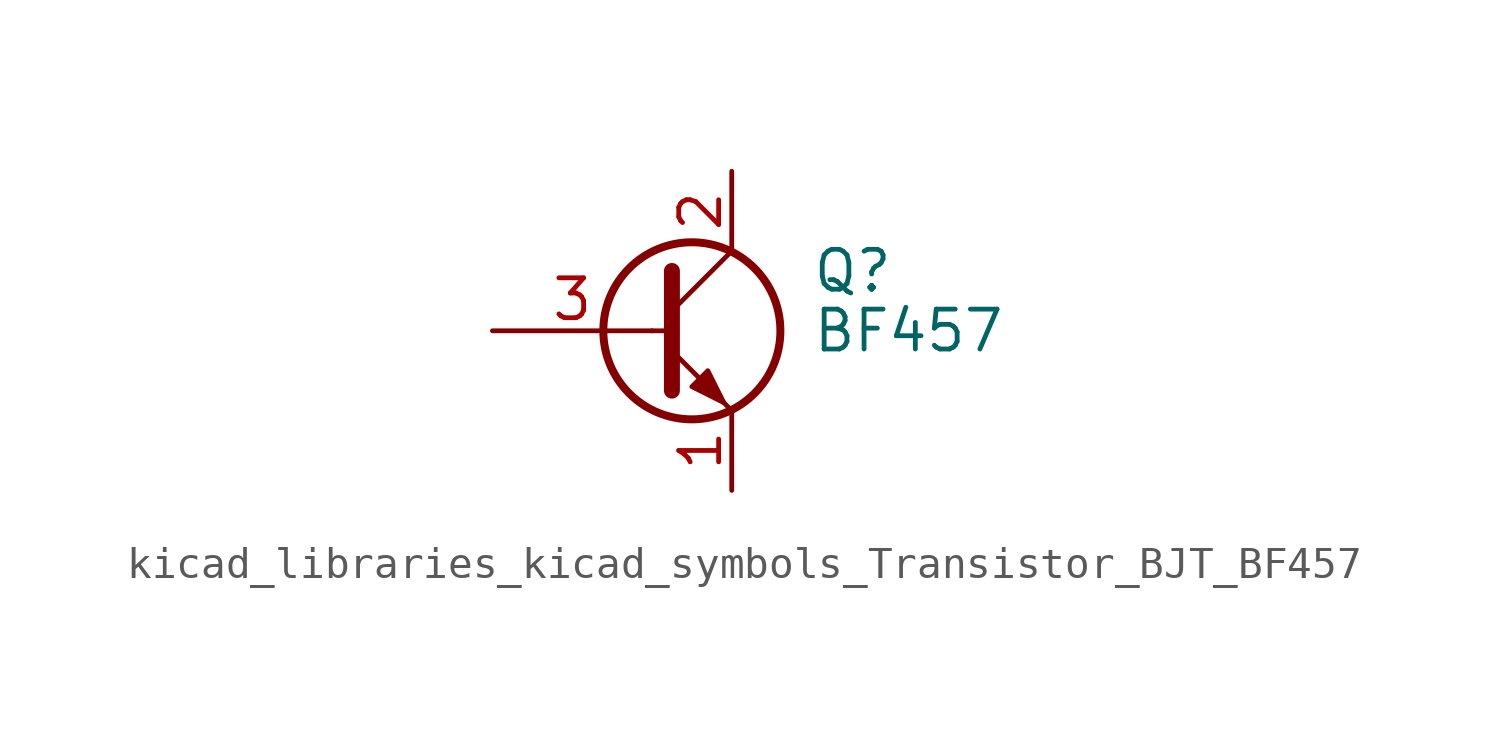
<source format=kicad_sym>
(kicad_symbol_lib
  (version 20220914)
  (generator kicad_symbol_editor)
  (symbol "kicad_libraries_kicad_symbols_Transistor_BJT_BF457"
    (pin_names
      (offset 0) hide)
    (property "Reference" "Q"
      (at 5.08 1.905 0)
      (effects (font (size 1.27 1.27)) (justify left)))
    (property "Value" "BF457"
      (at 5.08 0 0)
      (effects (font (size 1.27 1.27)) (justify left)))
    (symbol "kicad_libraries_kicad_symbols_Transistor_BJT_BF457_0_1"
      (polyline (pts (xy 0 0) (xy 0.635 0)) (stroke (width 0) (type default)) (fill (type none)))
      (polyline (pts (xy 0.635 0.635) (xy 2.54 2.54)) (stroke (width 0) (type default)) (fill (type none)))
      (polyline (pts (xy 0.635 -0.635) (xy 2.54 -2.54) (xy 2.54 -2.54)) (stroke (width 0) (type default)) (fill (type none)))
      (polyline (pts (xy 0.635 1.905) (xy 0.635 -1.905) (xy 0.635 -1.905)) (stroke (width 0.508) (type default)) (fill (type none)))
      (polyline (pts (xy 1.27 -1.778) (xy 1.778 -1.27) (xy 2.286 -2.286) (xy 1.27 -1.778) (xy 1.27 -1.778)) (stroke (width 0) (type default)) (fill (type outline)))
      (circle (center 1.27 0) (radius 2.819) (stroke (width 0.254) (type default)) (fill (type none))))
    (symbol "kicad_libraries_kicad_symbols_Transistor_BJT_BF457_1_1"
      (pin passive line (at 2.54 -5.08 90) (length 2.54) (name "E" (effects (font (size 1.27 1.27)))) (number "1" (effects (font (size 1.27 1.27)))))
      (pin passive line (at 2.54 5.08 270) (length 2.54) (name "C" (effects (font (size 1.27 1.27)))) (number "2" (effects (font (size 1.27 1.27)))))
      (pin input line (at -5.08 0 0) (length 5.08) (name "B" (effects (font (size 1.27 1.27)))) (number "3" (effects (font (size 1.27 1.27))))))))
</source>
